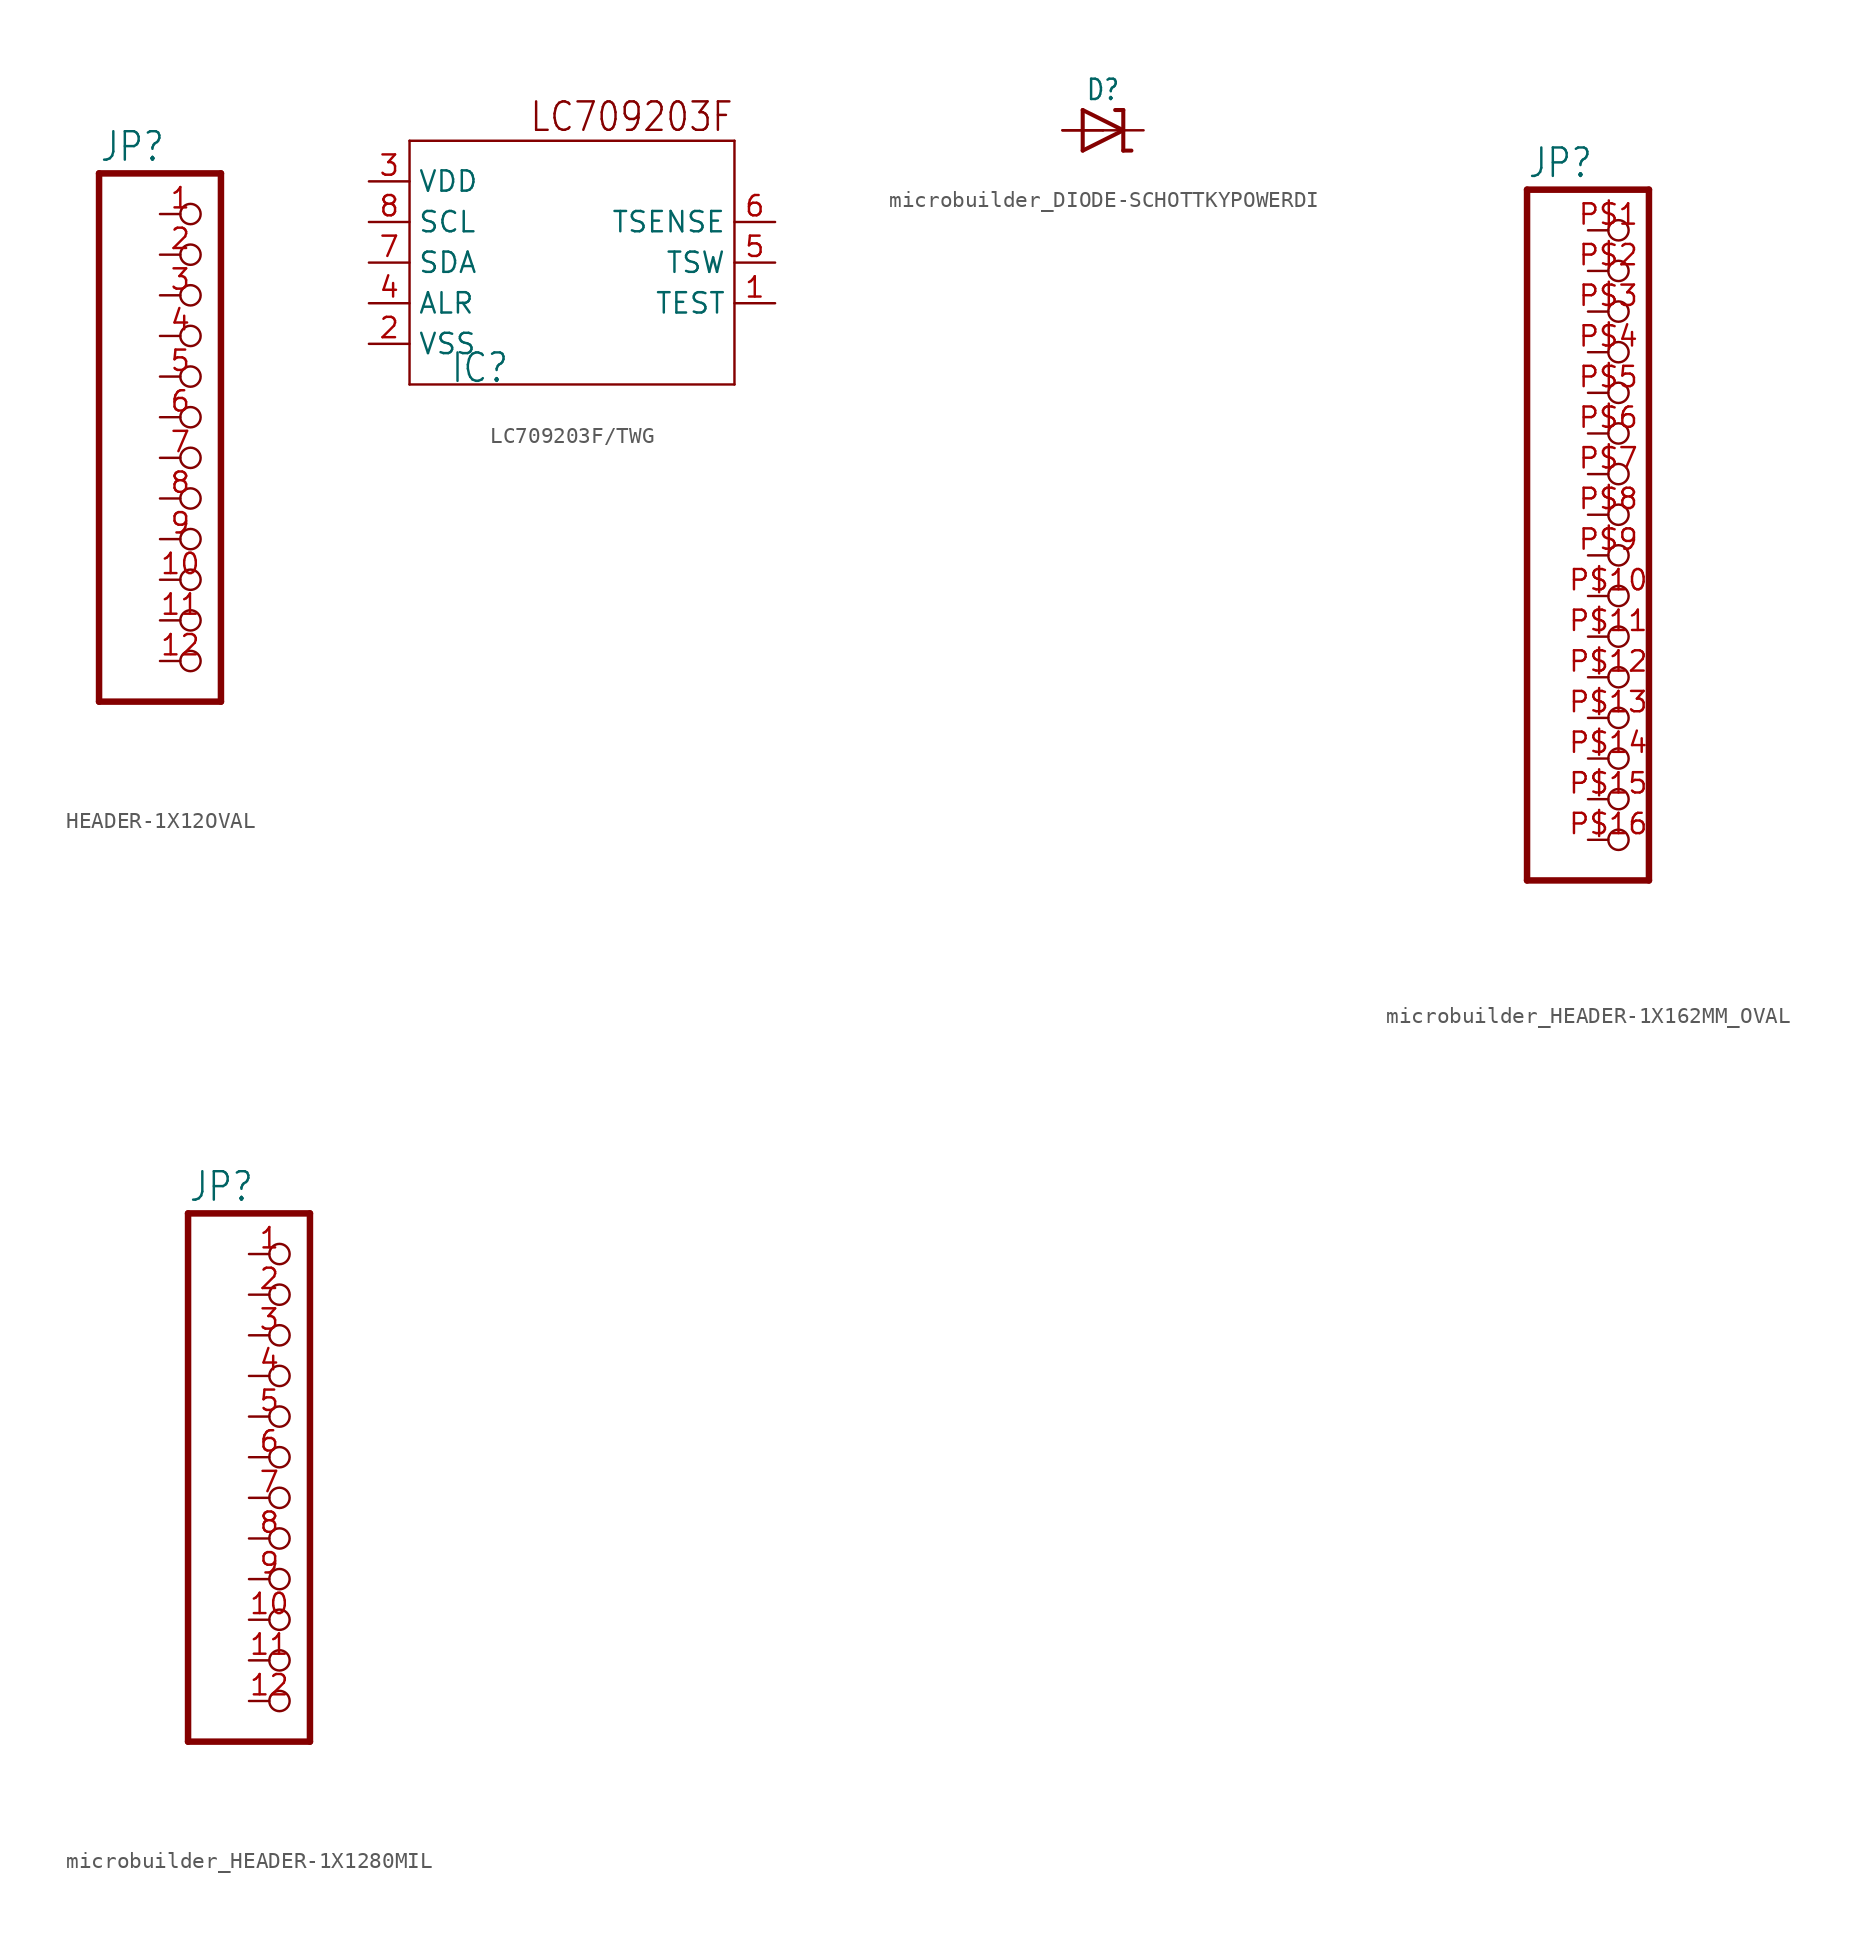
<source format=kicad_sym>
(kicad_symbol_lib
  (version 20231120)
  (generator "kicad_symbol_editor")
  (generator_version "8.0")
  (symbol "HEADER-1X12OVAL"
    (property "Reference" "JP"
      (at -6.35 18.415 0)
      (effects (font (size 1.778 1.511)) (justify left bottom)))
    (property "Value" ""
      (at -6.35 -17.78 0)
      (effects (font (size 1.778 1.511)) (justify left bottom)))
    (property "ki_locked" ""
      (at 0 0 0)
      (effects (font (size 1.27 1.27))))
    (symbol "HEADER-1X12OVAL_1_0"
      (polyline (pts (xy -6.35 -15.24) (xy 1.27 -15.24)) (stroke (width 0.406) (type solid)) (fill (type none)))
      (polyline (pts (xy -6.35 17.78) (xy -6.35 -15.24)) (stroke (width 0.406) (type solid)) (fill (type none)))
      (polyline (pts (xy 1.27 -15.24) (xy 1.27 17.78)) (stroke (width 0.406) (type solid)) (fill (type none)))
      (polyline (pts (xy 1.27 17.78) (xy -6.35 17.78)) (stroke (width 0.406) (type solid)) (fill (type none)))
      (pin passive inverted (at -2.54 15.24 0) (length 2.54) (name "1" (effects (font (size 0 0)))) (number "1" (effects (font (size 1.27 1.27)))))
      (pin passive inverted (at -2.54 -7.62 0) (length 2.54) (name "10" (effects (font (size 0 0)))) (number "10" (effects (font (size 1.27 1.27)))))
      (pin passive inverted (at -2.54 -10.16 0) (length 2.54) (name "11" (effects (font (size 0 0)))) (number "11" (effects (font (size 1.27 1.27)))))
      (pin passive inverted (at -2.54 -12.7 0) (length 2.54) (name "12" (effects (font (size 0 0)))) (number "12" (effects (font (size 1.27 1.27)))))
      (pin passive inverted (at -2.54 12.7 0) (length 2.54) (name "2" (effects (font (size 0 0)))) (number "2" (effects (font (size 1.27 1.27)))))
      (pin passive inverted (at -2.54 10.16 0) (length 2.54) (name "3" (effects (font (size 0 0)))) (number "3" (effects (font (size 1.27 1.27)))))
      (pin passive inverted (at -2.54 7.62 0) (length 2.54) (name "4" (effects (font (size 0 0)))) (number "4" (effects (font (size 1.27 1.27)))))
      (pin passive inverted (at -2.54 5.08 0) (length 2.54) (name "5" (effects (font (size 0 0)))) (number "5" (effects (font (size 1.27 1.27)))))
      (pin passive inverted (at -2.54 2.54 0) (length 2.54) (name "6" (effects (font (size 0 0)))) (number "6" (effects (font (size 1.27 1.27)))))
      (pin passive inverted (at -2.54 0 0) (length 2.54) (name "7" (effects (font (size 0 0)))) (number "7" (effects (font (size 1.27 1.27)))))
      (pin passive inverted (at -2.54 -2.54 0) (length 2.54) (name "8" (effects (font (size 0 0)))) (number "8" (effects (font (size 1.27 1.27)))))
      (pin passive inverted (at -2.54 -5.08 0) (length 2.54) (name "9" (effects (font (size 0 0)))) (number "9" (effects (font (size 1.27 1.27)))))))
  (symbol "LC709203F/TWG"
    (property "Reference" "IC"
      (at -7.62 -7.62 0)
      (effects (font (size 1.778 1.511)) (justify left bottom)))
    (property "ki_locked" ""
      (at 0 0 0)
      (effects (font (size 1.27 1.27))))
    (symbol "LC709203F/TWG_1_0"
      (polyline (pts (xy -10.16 -7.62) (xy -10.16 7.62)) (stroke (width 0.152) (type solid)) (fill (type none)))
      (polyline (pts (xy -10.16 7.62) (xy 10.16 7.62)) (stroke (width 0.152) (type solid)) (fill (type none)))
      (polyline (pts (xy 10.16 -7.62) (xy -10.16 -7.62)) (stroke (width 0.152) (type solid)) (fill (type none)))
      (polyline (pts (xy 10.16 7.62) (xy 10.16 -7.62)) (stroke (width 0.152) (type solid)) (fill (type none)))
      (text "LC709203F" (at 10.16 10.16 0) (effects (font (size 1.778 1.511)) (justify right top)))
      (pin input line (at 12.7 -2.54 180) (length 2.54) (name "TEST" (effects (font (size 1.27 1.27)))) (number "1" (effects (font (size 1.27 1.27)))))
      (pin power_in line (at -12.7 -5.08 0) (length 2.54) (name "VSS" (effects (font (size 1.27 1.27)))) (number "2" (effects (font (size 1.27 1.27)))))
      (pin power_in line (at -12.7 5.08 0) (length 2.54) (name "VDD" (effects (font (size 1.27 1.27)))) (number "3" (effects (font (size 1.27 1.27)))))
      (pin output line (at -12.7 -2.54 0) (length 2.54) (name "ALR" (effects (font (size 1.27 1.27)))) (number "4" (effects (font (size 1.27 1.27)))))
      (pin output line (at 12.7 0 180) (length 2.54) (name "TSW" (effects (font (size 1.27 1.27)))) (number "5" (effects (font (size 1.27 1.27)))))
      (pin passive line (at 12.7 2.54 180) (length 2.54) (name "TSENSE" (effects (font (size 1.27 1.27)))) (number "6" (effects (font (size 1.27 1.27)))))
      (pin bidirectional line (at -12.7 0 0) (length 2.54) (name "SDA" (effects (font (size 1.27 1.27)))) (number "7" (effects (font (size 1.27 1.27)))))
      (pin bidirectional line (at -12.7 2.54 0) (length 2.54) (name "SCL" (effects (font (size 1.27 1.27)))) (number "8" (effects (font (size 1.27 1.27)))))))
  (symbol "microbuilder_DIODE-SCHOTTKYPOWERDI"
    (property "Reference" "D"
      (at 0 2.54 0)
      (effects (font (size 1.27 1.079))))
    (property "Value" ""
      (at 0 -2.5 0)
      (effects (font (size 1.27 1.079))))
    (property "ki_locked" ""
      (at 0 0 0)
      (effects (font (size 1.27 1.27))))
    (symbol "microbuilder_DIODE-SCHOTTKYPOWERDI_1_0"
      (polyline (pts (xy -1.27 -1.27) (xy 1.27 0)) (stroke (width 0.254) (type solid)) (fill (type none)))
      (polyline (pts (xy -1.27 1.27) (xy -1.27 -1.27)) (stroke (width 0.254) (type solid)) (fill (type none)))
      (polyline (pts (xy 1.27 -1.27) (xy 1.778 -1.27)) (stroke (width 0.254) (type solid)) (fill (type none)))
      (polyline (pts (xy 1.27 0) (xy -1.27 1.27)) (stroke (width 0.254) (type solid)) (fill (type none)))
      (polyline (pts (xy 1.27 0) (xy 1.27 -1.27)) (stroke (width 0.254) (type solid)) (fill (type none)))
      (polyline (pts (xy 1.27 1.27) (xy 0.762 1.27)) (stroke (width 0.254) (type solid)) (fill (type none)))
      (polyline (pts (xy 1.27 1.27) (xy 1.27 0)) (stroke (width 0.254) (type solid)) (fill (type none)))
      (pin passive line (at -2.54 0 0) (length 2.54) (name "A" (effects (font (size 0 0)))) (number "A1" (effects (font (size 0 0)))))
      (pin passive line (at -2.54 0 0) (length 2.54) (name "A" (effects (font (size 0 0)))) (number "A2" (effects (font (size 0 0)))))
      (pin passive line (at 2.54 0 180) (length 2.54) (name "C" (effects (font (size 0 0)))) (number "C" (effects (font (size 0 0)))))))
  (symbol "microbuilder_HEADER-1X162MM_OVAL"
    (property "Reference" "JP"
      (at -6.35 20.955 0)
      (effects (font (size 1.778 1.511)) (justify left bottom)))
    (property "Value" ""
      (at -6.35 -25.4 0)
      (effects (font (size 1.778 1.511)) (justify left bottom)))
    (property "ki_locked" ""
      (at 0 0 0)
      (effects (font (size 1.27 1.27))))
    (symbol "microbuilder_HEADER-1X162MM_OVAL_1_0"
      (polyline (pts (xy -6.35 -22.86) (xy 1.27 -22.86)) (stroke (width 0.406) (type solid)) (fill (type none)))
      (polyline (pts (xy -6.35 20.32) (xy -6.35 -22.86)) (stroke (width 0.406) (type solid)) (fill (type none)))
      (polyline (pts (xy 1.27 -22.86) (xy 1.27 20.32)) (stroke (width 0.406) (type solid)) (fill (type none)))
      (polyline (pts (xy 1.27 20.32) (xy -6.35 20.32)) (stroke (width 0.406) (type solid)) (fill (type none)))
      (pin passive inverted (at -2.54 17.78 0) (length 2.54) (name "1" (effects (font (size 0 0)))) (number "P$1" (effects (font (size 1.27 1.27)))))
      (pin passive inverted (at -2.54 -5.08 0) (length 2.54) (name "10" (effects (font (size 0 0)))) (number "P$10" (effects (font (size 1.27 1.27)))))
      (pin passive inverted (at -2.54 -7.62 0) (length 2.54) (name "11" (effects (font (size 0 0)))) (number "P$11" (effects (font (size 1.27 1.27)))))
      (pin passive inverted (at -2.54 -10.16 0) (length 2.54) (name "12" (effects (font (size 0 0)))) (number "P$12" (effects (font (size 1.27 1.27)))))
      (pin passive inverted (at -2.54 -12.7 0) (length 2.54) (name "13" (effects (font (size 0 0)))) (number "P$13" (effects (font (size 1.27 1.27)))))
      (pin passive inverted (at -2.54 -15.24 0) (length 2.54) (name "14" (effects (font (size 0 0)))) (number "P$14" (effects (font (size 1.27 1.27)))))
      (pin passive inverted (at -2.54 -17.78 0) (length 2.54) (name "15" (effects (font (size 0 0)))) (number "P$15" (effects (font (size 1.27 1.27)))))
      (pin passive inverted (at -2.54 -20.32 0) (length 2.54) (name "16" (effects (font (size 0 0)))) (number "P$16" (effects (font (size 1.27 1.27)))))
      (pin passive inverted (at -2.54 15.24 0) (length 2.54) (name "2" (effects (font (size 0 0)))) (number "P$2" (effects (font (size 1.27 1.27)))))
      (pin passive inverted (at -2.54 12.7 0) (length 2.54) (name "3" (effects (font (size 0 0)))) (number "P$3" (effects (font (size 1.27 1.27)))))
      (pin passive inverted (at -2.54 10.16 0) (length 2.54) (name "4" (effects (font (size 0 0)))) (number "P$4" (effects (font (size 1.27 1.27)))))
      (pin passive inverted (at -2.54 7.62 0) (length 2.54) (name "5" (effects (font (size 0 0)))) (number "P$5" (effects (font (size 1.27 1.27)))))
      (pin passive inverted (at -2.54 5.08 0) (length 2.54) (name "6" (effects (font (size 0 0)))) (number "P$6" (effects (font (size 1.27 1.27)))))
      (pin passive inverted (at -2.54 2.54 0) (length 2.54) (name "7" (effects (font (size 0 0)))) (number "P$7" (effects (font (size 1.27 1.27)))))
      (pin passive inverted (at -2.54 0 0) (length 2.54) (name "8" (effects (font (size 0 0)))) (number "P$8" (effects (font (size 1.27 1.27)))))
      (pin passive inverted (at -2.54 -2.54 0) (length 2.54) (name "9" (effects (font (size 0 0)))) (number "P$9" (effects (font (size 1.27 1.27)))))))
  (symbol "microbuilder_HEADER-1X1280MIL"
    (property "Reference" "JP"
      (at -6.35 18.415 0)
      (effects (font (size 1.778 1.511)) (justify left bottom)))
    (property "Value" ""
      (at -6.35 -17.78 0)
      (effects (font (size 1.778 1.511)) (justify left bottom)))
    (property "ki_locked" ""
      (at 0 0 0)
      (effects (font (size 1.27 1.27))))
    (symbol "microbuilder_HEADER-1X1280MIL_1_0"
      (polyline (pts (xy -6.35 -15.24) (xy 1.27 -15.24)) (stroke (width 0.406) (type solid)) (fill (type none)))
      (polyline (pts (xy -6.35 17.78) (xy -6.35 -15.24)) (stroke (width 0.406) (type solid)) (fill (type none)))
      (polyline (pts (xy 1.27 -15.24) (xy 1.27 17.78)) (stroke (width 0.406) (type solid)) (fill (type none)))
      (polyline (pts (xy 1.27 17.78) (xy -6.35 17.78)) (stroke (width 0.406) (type solid)) (fill (type none)))
      (pin passive inverted (at -2.54 15.24 0) (length 2.54) (name "1" (effects (font (size 0 0)))) (number "1" (effects (font (size 1.27 1.27)))))
      (pin passive inverted (at -2.54 -7.62 0) (length 2.54) (name "10" (effects (font (size 0 0)))) (number "10" (effects (font (size 1.27 1.27)))))
      (pin passive inverted (at -2.54 -10.16 0) (length 2.54) (name "11" (effects (font (size 0 0)))) (number "11" (effects (font (size 1.27 1.27)))))
      (pin passive inverted (at -2.54 -12.7 0) (length 2.54) (name "12" (effects (font (size 0 0)))) (number "12" (effects (font (size 1.27 1.27)))))
      (pin passive inverted (at -2.54 12.7 0) (length 2.54) (name "2" (effects (font (size 0 0)))) (number "2" (effects (font (size 1.27 1.27)))))
      (pin passive inverted (at -2.54 10.16 0) (length 2.54) (name "3" (effects (font (size 0 0)))) (number "3" (effects (font (size 1.27 1.27)))))
      (pin passive inverted (at -2.54 7.62 0) (length 2.54) (name "4" (effects (font (size 0 0)))) (number "4" (effects (font (size 1.27 1.27)))))
      (pin passive inverted (at -2.54 5.08 0) (length 2.54) (name "5" (effects (font (size 0 0)))) (number "5" (effects (font (size 1.27 1.27)))))
      (pin passive inverted (at -2.54 2.54 0) (length 2.54) (name "6" (effects (font (size 0 0)))) (number "6" (effects (font (size 1.27 1.27)))))
      (pin passive inverted (at -2.54 0 0) (length 2.54) (name "7" (effects (font (size 0 0)))) (number "7" (effects (font (size 1.27 1.27)))))
      (pin passive inverted (at -2.54 -2.54 0) (length 2.54) (name "8" (effects (font (size 0 0)))) (number "8" (effects (font (size 1.27 1.27)))))
      (pin passive inverted (at -2.54 -5.08 0) (length 2.54) (name "9" (effects (font (size 0 0)))) (number "9" (effects (font (size 1.27 1.27))))))))
</source>
